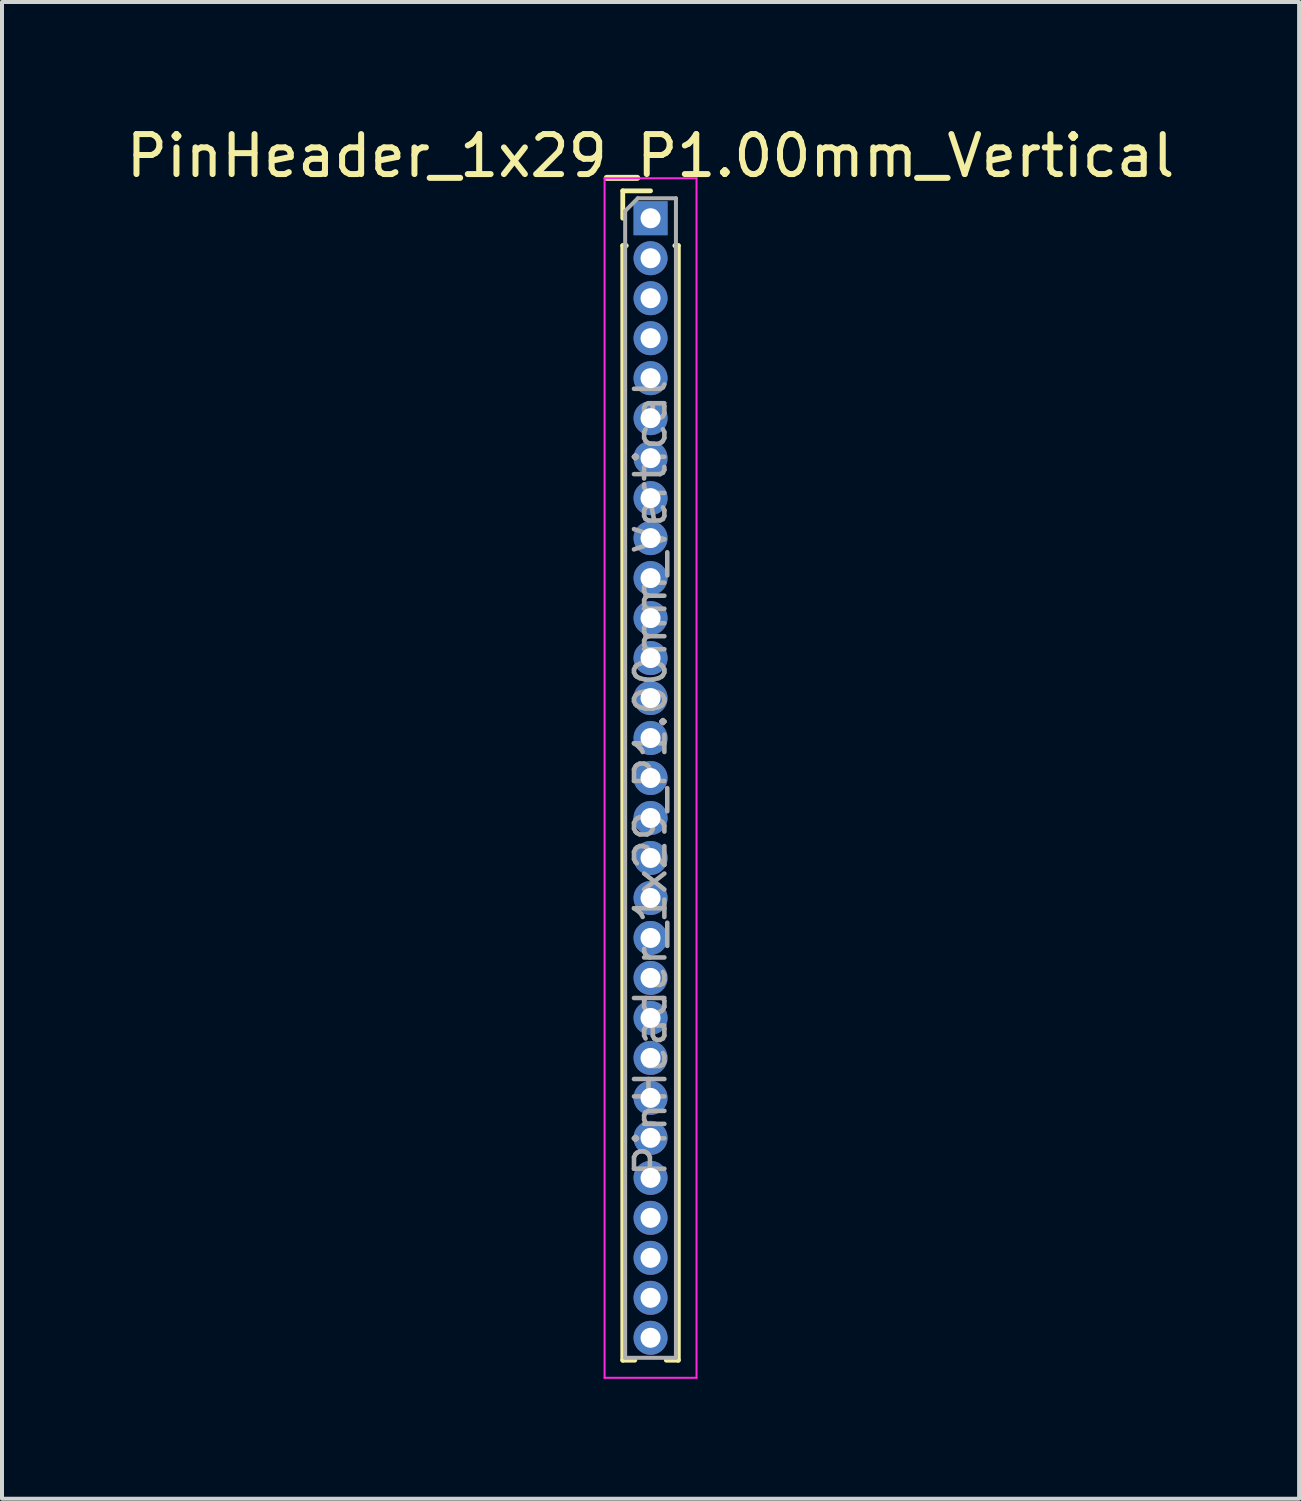
<source format=kicad_pcb>
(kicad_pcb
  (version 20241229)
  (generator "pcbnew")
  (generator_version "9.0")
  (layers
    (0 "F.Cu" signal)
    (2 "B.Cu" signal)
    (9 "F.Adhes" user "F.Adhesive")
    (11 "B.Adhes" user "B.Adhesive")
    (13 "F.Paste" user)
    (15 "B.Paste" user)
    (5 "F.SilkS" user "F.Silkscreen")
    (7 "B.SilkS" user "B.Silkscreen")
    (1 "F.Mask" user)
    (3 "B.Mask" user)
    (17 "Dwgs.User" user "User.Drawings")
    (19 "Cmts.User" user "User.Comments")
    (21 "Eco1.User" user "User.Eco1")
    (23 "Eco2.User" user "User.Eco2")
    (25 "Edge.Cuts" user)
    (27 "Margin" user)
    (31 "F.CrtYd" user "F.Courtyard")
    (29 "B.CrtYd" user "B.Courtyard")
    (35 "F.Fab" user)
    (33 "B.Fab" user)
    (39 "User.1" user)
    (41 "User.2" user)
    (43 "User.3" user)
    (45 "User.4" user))
  (footprint "PinHeader_1x29_P1.00mm_Vertical"
    (layer "F.Cu")
    (at 13.22 2.408)
    (property "Reference" "PinHeader_1x29_P1.00mm_Vertical" (at 0 -1.56 0) (layer "F.SilkS") (effects (font (size 1 1) (thickness 0.15))))
    (attr through_hole)
    (fp_line (start -0.695 -0.685) (end 0 -0.685) (stroke (width 0.12) (type solid)) (layer "F.SilkS"))
    (fp_line (start -0.695 0) (end -0.695 -0.685) (stroke (width 0.12) (type solid)) (layer "F.SilkS"))
    (fp_line (start -0.695 0.685) (end -0.695 28.56) (stroke (width 0.12) (type solid)) (layer "F.SilkS"))
    (fp_line (start -0.695 0.685) (end -0.608 0.685) (stroke (width 0.12) (type solid)) (layer "F.SilkS"))
    (fp_line (start -0.695 28.56) (end -0.394 28.56) (stroke (width 0.12) (type solid)) (layer "F.SilkS"))
    (fp_line (start 0.394 28.56) (end 0.695 28.56) (stroke (width 0.12) (type solid)) (layer "F.SilkS"))
    (fp_line (start 0.608 0.685) (end 0.695 0.685) (stroke (width 0.12) (type solid)) (layer "F.SilkS"))
    (fp_line (start 0.695 0.685) (end 0.695 28.56) (stroke (width 0.12) (type solid)) (layer "F.SilkS"))
    (fp_line (start -1.15 -1) (end -1.15 29) (stroke (width 0.05) (type solid)) (layer "F.CrtYd"))
    (fp_line (start -1.15 29) (end 1.15 29) (stroke (width 0.05) (type solid)) (layer "F.CrtYd"))
    (fp_line (start 1.15 -1) (end -1.15 -1) (stroke (width 0.05) (type solid)) (layer "F.CrtYd"))
    (fp_line (start 1.15 29) (end 1.15 -1) (stroke (width 0.05) (type solid)) (layer "F.CrtYd"))
    (fp_line (start -0.635 -0.182) (end -0.318 -0.5) (stroke (width 0.1) (type solid)) (layer "F.Fab"))
    (fp_line (start -0.635 28.5) (end -0.635 -0.182) (stroke (width 0.1) (type solid)) (layer "F.Fab"))
    (fp_line (start -0.318 -0.5) (end 0.635 -0.5) (stroke (width 0.1) (type solid)) (layer "F.Fab"))
    (fp_line (start 0.635 -0.5) (end 0.635 28.5) (stroke (width 0.1) (type solid)) (layer "F.Fab"))
    (fp_line (start 0.635 28.5) (end -0.635 28.5) (stroke (width 0.1) (type solid)) (layer "F.Fab"))
    (fp_text user "${REFERENCE}" (at 0 14 90) (layer "F.Fab") (effects (font (size 0.76 0.76) (thickness 0.114))))
    (pad "1" thru_hole rect (at 0 0) (size 0.85 0.85) (drill 0.5) (layers "*.Cu" "*.Mask"))
    (pad "2" thru_hole oval (at 0 1) (size 0.85 0.85) (drill 0.5) (layers "*.Cu" "*.Mask"))
    (pad "3" thru_hole oval (at 0 2) (size 0.85 0.85) (drill 0.5) (layers "*.Cu" "*.Mask"))
    (pad "4" thru_hole oval (at 0 3) (size 0.85 0.85) (drill 0.5) (layers "*.Cu" "*.Mask"))
    (pad "5" thru_hole oval (at 0 4) (size 0.85 0.85) (drill 0.5) (layers "*.Cu" "*.Mask"))
    (pad "6" thru_hole oval (at 0 5) (size 0.85 0.85) (drill 0.5) (layers "*.Cu" "*.Mask"))
    (pad "7" thru_hole oval (at 0 6) (size 0.85 0.85) (drill 0.5) (layers "*.Cu" "*.Mask"))
    (pad "8" thru_hole oval (at 0 7) (size 0.85 0.85) (drill 0.5) (layers "*.Cu" "*.Mask"))
    (pad "9" thru_hole oval (at 0 8) (size 0.85 0.85) (drill 0.5) (layers "*.Cu" "*.Mask"))
    (pad "10" thru_hole oval (at 0 9) (size 0.85 0.85) (drill 0.5) (layers "*.Cu" "*.Mask"))
    (pad "11" thru_hole oval (at 0 10) (size 0.85 0.85) (drill 0.5) (layers "*.Cu" "*.Mask"))
    (pad "12" thru_hole oval (at 0 11) (size 0.85 0.85) (drill 0.5) (layers "*.Cu" "*.Mask"))
    (pad "13" thru_hole oval (at 0 12) (size 0.85 0.85) (drill 0.5) (layers "*.Cu" "*.Mask"))
    (pad "14" thru_hole oval (at 0 13) (size 0.85 0.85) (drill 0.5) (layers "*.Cu" "*.Mask"))
    (pad "15" thru_hole oval (at 0 14) (size 0.85 0.85) (drill 0.5) (layers "*.Cu" "*.Mask"))
    (pad "16" thru_hole oval (at 0 15) (size 0.85 0.85) (drill 0.5) (layers "*.Cu" "*.Mask"))
    (pad "17" thru_hole oval (at 0 16) (size 0.85 0.85) (drill 0.5) (layers "*.Cu" "*.Mask"))
    (pad "18" thru_hole oval (at 0 17) (size 0.85 0.85) (drill 0.5) (layers "*.Cu" "*.Mask"))
    (pad "19" thru_hole oval (at 0 18) (size 0.85 0.85) (drill 0.5) (layers "*.Cu" "*.Mask"))
    (pad "20" thru_hole oval (at 0 19) (size 0.85 0.85) (drill 0.5) (layers "*.Cu" "*.Mask"))
    (pad "21" thru_hole oval (at 0 20) (size 0.85 0.85) (drill 0.5) (layers "*.Cu" "*.Mask"))
    (pad "22" thru_hole oval (at 0 21) (size 0.85 0.85) (drill 0.5) (layers "*.Cu" "*.Mask"))
    (pad "23" thru_hole oval (at 0 22) (size 0.85 0.85) (drill 0.5) (layers "*.Cu" "*.Mask"))
    (pad "24" thru_hole oval (at 0 23) (size 0.85 0.85) (drill 0.5) (layers "*.Cu" "*.Mask"))
    (pad "25" thru_hole oval (at 0 24) (size 0.85 0.85) (drill 0.5) (layers "*.Cu" "*.Mask"))
    (pad "26" thru_hole oval (at 0 25) (size 0.85 0.85) (drill 0.5) (layers "*.Cu" "*.Mask"))
    (pad "27" thru_hole oval (at 0 26) (size 0.85 0.85) (drill 0.5) (layers "*.Cu" "*.Mask"))
    (pad "28" thru_hole oval (at 0 27) (size 0.85 0.85) (drill 0.5) (layers "*.Cu" "*.Mask"))
    (pad "29" thru_hole oval (at 0 28) (size 0.85 0.85) (drill 0.5) (layers "*.Cu" "*.Mask")))
  (gr_rect
    (start -3 -3)
    (end 29.44 34.433)
    (stroke (width 0.1) (type default))
    (fill no)
    (layer "Edge.Cuts")))
</source>
